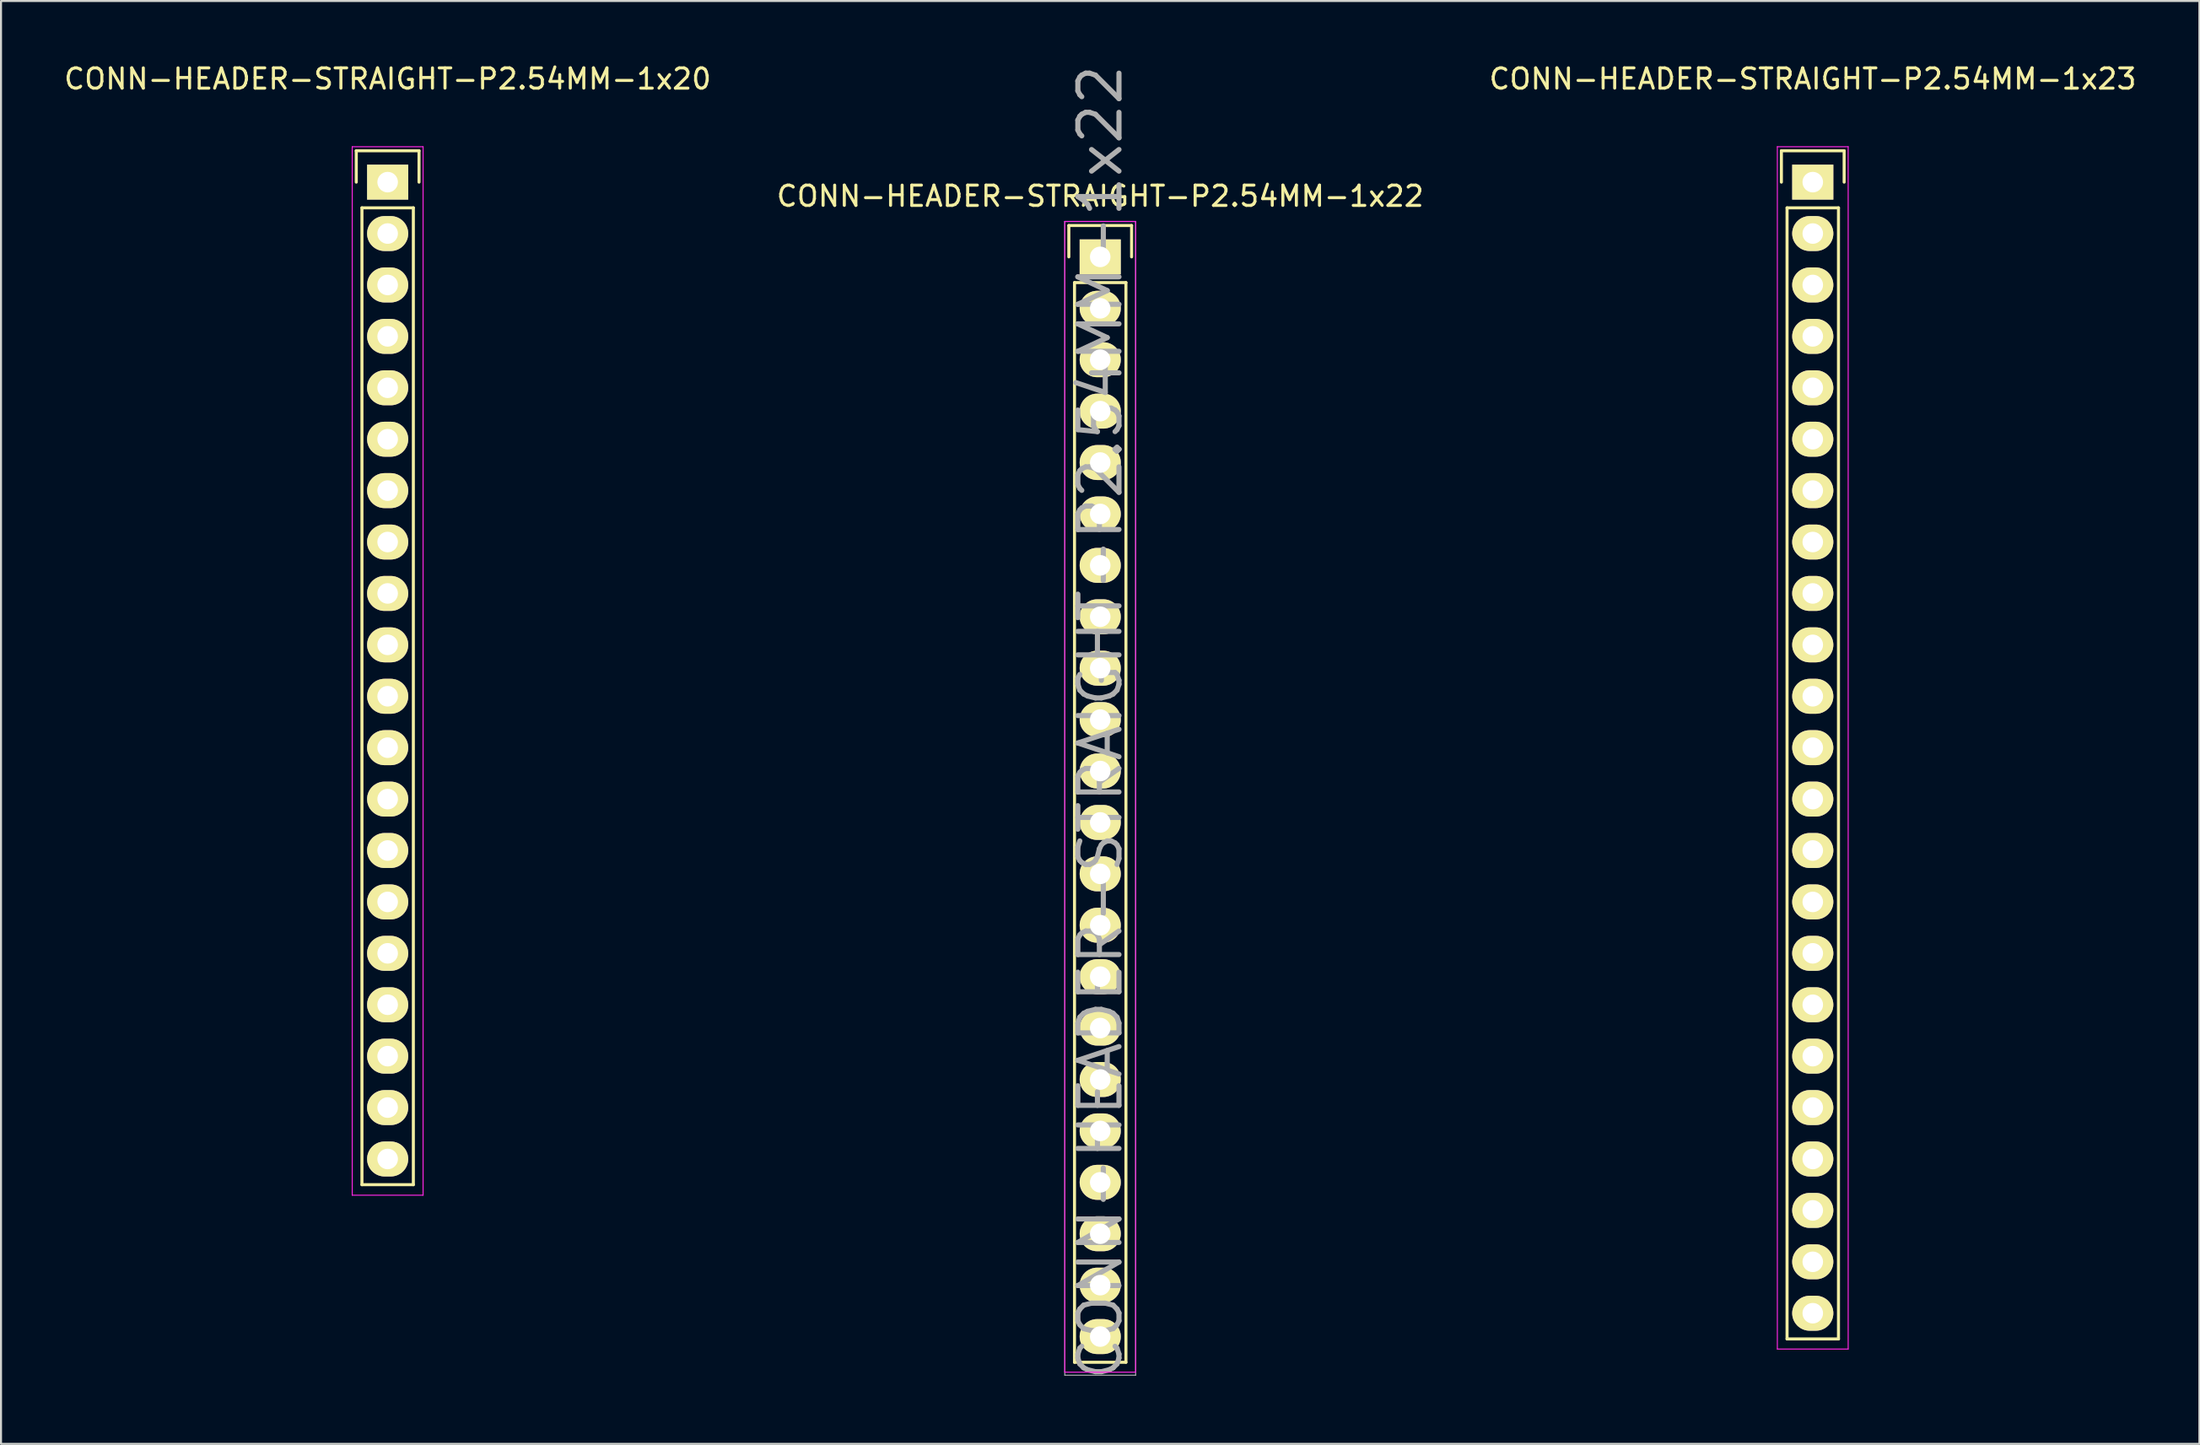
<source format=kicad_pcb>
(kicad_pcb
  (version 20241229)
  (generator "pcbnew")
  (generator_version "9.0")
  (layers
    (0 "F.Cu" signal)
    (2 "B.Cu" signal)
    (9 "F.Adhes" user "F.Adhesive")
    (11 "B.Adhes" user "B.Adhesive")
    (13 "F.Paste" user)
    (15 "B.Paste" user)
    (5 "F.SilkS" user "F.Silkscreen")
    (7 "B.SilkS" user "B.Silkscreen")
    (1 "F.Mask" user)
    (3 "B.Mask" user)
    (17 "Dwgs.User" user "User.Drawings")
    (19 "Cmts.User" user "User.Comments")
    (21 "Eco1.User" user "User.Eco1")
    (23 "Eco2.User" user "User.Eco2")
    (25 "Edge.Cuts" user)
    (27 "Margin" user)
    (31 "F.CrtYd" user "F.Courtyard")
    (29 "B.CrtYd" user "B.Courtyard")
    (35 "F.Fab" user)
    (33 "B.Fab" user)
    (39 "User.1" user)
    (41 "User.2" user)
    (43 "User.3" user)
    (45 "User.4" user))
  (footprint "CONN-HEADER-STRAIGHT-P2.54MM-1x23"
    (layer "F.Cu")
    (at 86.506 5.948)
    (property "Reference" "CONN-HEADER-STRAIGHT-P2.54MM-1x23" (at 0 -5.1 0) (layer "F.SilkS") (effects (font (size 1 1) (thickness 0.15))))
    (attr through_hole)
    (fp_line (start -1.55 -1.55) (end 1.55 -1.55) (stroke (width 0.15) (type solid)) (layer "F.SilkS"))
    (fp_line (start -1.55 0) (end -1.55 -1.55) (stroke (width 0.15) (type solid)) (layer "F.SilkS"))
    (fp_line (start -1.27 1.27) (end -1.27 57.15) (stroke (width 0.15) (type solid)) (layer "F.SilkS"))
    (fp_line (start -1.27 57.15) (end 1.27 57.15) (stroke (width 0.15) (type solid)) (layer "F.SilkS"))
    (fp_line (start 1.27 1.27) (end -1.27 1.27) (stroke (width 0.15) (type solid)) (layer "F.SilkS"))
    (fp_line (start 1.27 57.15) (end 1.27 1.27) (stroke (width 0.15) (type solid)) (layer "F.SilkS"))
    (fp_line (start 1.55 -1.55) (end 1.55 0) (stroke (width 0.15) (type solid)) (layer "F.SilkS"))
    (fp_line (start -1.75 -1.75) (end -1.75 57.65) (stroke (width 0.05) (type solid)) (layer "F.CrtYd"))
    (fp_line (start -1.75 -1.75) (end 1.75 -1.75) (stroke (width 0.05) (type solid)) (layer "F.CrtYd"))
    (fp_line (start -1.75 57.65) (end 1.75 57.65) (stroke (width 0.05) (type solid)) (layer "F.CrtYd"))
    (fp_line (start 1.75 -1.75) (end 1.75 57.65) (stroke (width 0.05) (type solid)) (layer "F.CrtYd"))
    (pad "1" thru_hole rect (at 0 0) (size 2.032 1.727) (drill 1.016) (layers "*.Cu" "*.Mask" "F.SilkS"))
    (pad "2" thru_hole oval (at 0 2.54) (size 2.032 1.727) (drill 1.016) (layers "*.Cu" "*.Mask" "F.SilkS"))
    (pad "3" thru_hole oval (at 0 5.08) (size 2.032 1.727) (drill 1.016) (layers "*.Cu" "*.Mask" "F.SilkS"))
    (pad "4" thru_hole oval (at 0 7.62) (size 2.032 1.727) (drill 1.016) (layers "*.Cu" "*.Mask" "F.SilkS"))
    (pad "5" thru_hole oval (at 0 10.16) (size 2.032 1.727) (drill 1.016) (layers "*.Cu" "*.Mask" "F.SilkS"))
    (pad "6" thru_hole oval (at 0 12.7) (size 2.032 1.727) (drill 1.016) (layers "*.Cu" "*.Mask" "F.SilkS"))
    (pad "7" thru_hole oval (at 0 15.24) (size 2.032 1.727) (drill 1.016) (layers "*.Cu" "*.Mask" "F.SilkS"))
    (pad "8" thru_hole oval (at 0 17.78) (size 2.032 1.727) (drill 1.016) (layers "*.Cu" "*.Mask" "F.SilkS"))
    (pad "9" thru_hole oval (at 0 20.32) (size 2.032 1.727) (drill 1.016) (layers "*.Cu" "*.Mask" "F.SilkS"))
    (pad "10" thru_hole oval (at 0 22.86) (size 2.032 1.727) (drill 1.016) (layers "*.Cu" "*.Mask" "F.SilkS"))
    (pad "11" thru_hole oval (at 0 25.4) (size 2.032 1.727) (drill 1.016) (layers "*.Cu" "*.Mask" "F.SilkS"))
    (pad "12" thru_hole oval (at 0 27.94) (size 2.032 1.727) (drill 1.016) (layers "*.Cu" "*.Mask" "F.SilkS"))
    (pad "13" thru_hole oval (at 0 30.48) (size 2.032 1.727) (drill 1.016) (layers "*.Cu" "*.Mask" "F.SilkS"))
    (pad "14" thru_hole oval (at 0 33.02) (size 2.032 1.727) (drill 1.016) (layers "*.Cu" "*.Mask" "F.SilkS"))
    (pad "15" thru_hole oval (at 0 35.56) (size 2.032 1.727) (drill 1.016) (layers "*.Cu" "*.Mask" "F.SilkS"))
    (pad "16" thru_hole oval (at 0 38.1) (size 2.032 1.727) (drill 1.016) (layers "*.Cu" "*.Mask" "F.SilkS"))
    (pad "17" thru_hole oval (at 0 40.64) (size 2.032 1.727) (drill 1.016) (layers "*.Cu" "*.Mask" "F.SilkS"))
    (pad "18" thru_hole oval (at 0 43.18) (size 2.032 1.727) (drill 1.016) (layers "*.Cu" "*.Mask" "F.SilkS"))
    (pad "19" thru_hole oval (at 0 45.72) (size 2.032 1.727) (drill 1.016) (layers "*.Cu" "*.Mask" "F.SilkS"))
    (pad "20" thru_hole oval (at 0 48.26) (size 2.032 1.727) (drill 1.016) (layers "*.Cu" "*.Mask" "F.SilkS"))
    (pad "21" thru_hole oval (at 0 50.8) (size 2.032 1.727) (drill 1.016) (layers "*.Cu" "*.Mask" "F.SilkS"))
    (pad "22" thru_hole oval (at 0 53.34) (size 2.032 1.727) (drill 1.016) (layers "*.Cu" "*.Mask" "F.SilkS"))
    (pad "23" thru_hole oval (at 0 55.88) (size 2.032 1.727) (drill 1.016) (layers "*.Cu" "*.Mask" "F.SilkS")))
  (footprint "CONN-HEADER-STRAIGHT-P2.54MM-1x20"
    (layer "F.Cu")
    (at 16.101 5.948)
    (property "Reference" "CONN-HEADER-STRAIGHT-P2.54MM-1x20" (at 0 -5.1 0) (layer "F.SilkS") (effects (font (size 1 1) (thickness 0.15))))
    (attr through_hole)
    (fp_line (start -1.55 -1.55) (end 1.55 -1.55) (stroke (width 0.15) (type solid)) (layer "F.SilkS"))
    (fp_line (start -1.55 0) (end -1.55 -1.55) (stroke (width 0.15) (type solid)) (layer "F.SilkS"))
    (fp_line (start -1.27 49.53) (end -1.27 1.27) (stroke (width 0.15) (type solid)) (layer "F.SilkS"))
    (fp_line (start 1.27 1.27) (end -1.27 1.27) (stroke (width 0.15) (type solid)) (layer "F.SilkS"))
    (fp_line (start 1.27 1.27) (end 1.27 49.53) (stroke (width 0.15) (type solid)) (layer "F.SilkS"))
    (fp_line (start 1.27 49.53) (end -1.27 49.53) (stroke (width 0.15) (type solid)) (layer "F.SilkS"))
    (fp_line (start 1.55 -1.55) (end 1.55 0) (stroke (width 0.15) (type solid)) (layer "F.SilkS"))
    (fp_line (start -1.75 -1.75) (end -1.75 50.05) (stroke (width 0.05) (type solid)) (layer "F.CrtYd"))
    (fp_line (start -1.75 -1.75) (end 1.75 -1.75) (stroke (width 0.05) (type solid)) (layer "F.CrtYd"))
    (fp_line (start -1.75 50.05) (end 1.75 50.05) (stroke (width 0.05) (type solid)) (layer "F.CrtYd"))
    (fp_line (start 1.75 -1.75) (end 1.75 50.05) (stroke (width 0.05) (type solid)) (layer "F.CrtYd"))
    (pad "1" thru_hole rect (at 0 0) (size 2.032 1.727) (drill 1.016) (layers "*.Cu" "*.Mask" "F.SilkS"))
    (pad "2" thru_hole oval (at 0 2.54) (size 2.032 1.727) (drill 1.016) (layers "*.Cu" "*.Mask" "F.SilkS"))
    (pad "3" thru_hole oval (at 0 5.08) (size 2.032 1.727) (drill 1.016) (layers "*.Cu" "*.Mask" "F.SilkS"))
    (pad "4" thru_hole oval (at 0 7.62) (size 2.032 1.727) (drill 1.016) (layers "*.Cu" "*.Mask" "F.SilkS"))
    (pad "5" thru_hole oval (at 0 10.16) (size 2.032 1.727) (drill 1.016) (layers "*.Cu" "*.Mask" "F.SilkS"))
    (pad "6" thru_hole oval (at 0 12.7) (size 2.032 1.727) (drill 1.016) (layers "*.Cu" "*.Mask" "F.SilkS"))
    (pad "7" thru_hole oval (at 0 15.24) (size 2.032 1.727) (drill 1.016) (layers "*.Cu" "*.Mask" "F.SilkS"))
    (pad "8" thru_hole oval (at 0 17.78) (size 2.032 1.727) (drill 1.016) (layers "*.Cu" "*.Mask" "F.SilkS"))
    (pad "9" thru_hole oval (at 0 20.32) (size 2.032 1.727) (drill 1.016) (layers "*.Cu" "*.Mask" "F.SilkS"))
    (pad "10" thru_hole oval (at 0 22.86) (size 2.032 1.727) (drill 1.016) (layers "*.Cu" "*.Mask" "F.SilkS"))
    (pad "11" thru_hole oval (at 0 25.4) (size 2.032 1.727) (drill 1.016) (layers "*.Cu" "*.Mask" "F.SilkS"))
    (pad "12" thru_hole oval (at 0 27.94) (size 2.032 1.727) (drill 1.016) (layers "*.Cu" "*.Mask" "F.SilkS"))
    (pad "13" thru_hole oval (at 0 30.48) (size 2.032 1.727) (drill 1.016) (layers "*.Cu" "*.Mask" "F.SilkS"))
    (pad "14" thru_hole oval (at 0 33.02) (size 2.032 1.727) (drill 1.016) (layers "*.Cu" "*.Mask" "F.SilkS"))
    (pad "15" thru_hole oval (at 0 35.56) (size 2.032 1.727) (drill 1.016) (layers "*.Cu" "*.Mask" "F.SilkS"))
    (pad "16" thru_hole oval (at 0 38.1) (size 2.032 1.727) (drill 1.016) (layers "*.Cu" "*.Mask" "F.SilkS"))
    (pad "17" thru_hole oval (at 0 40.64) (size 2.032 1.727) (drill 1.016) (layers "*.Cu" "*.Mask" "F.SilkS"))
    (pad "18" thru_hole oval (at 0 43.18) (size 2.032 1.727) (drill 1.016) (layers "*.Cu" "*.Mask" "F.SilkS"))
    (pad "19" thru_hole oval (at 0 45.72) (size 2.032 1.727) (drill 1.016) (layers "*.Cu" "*.Mask" "F.SilkS"))
    (pad "20" thru_hole oval (at 0 48.26) (size 2.032 1.727) (drill 1.016) (layers "*.Cu" "*.Mask" "F.SilkS")))
  (footprint "CONN-HEADER-STRAIGHT-P2.54MM-1x22"
    (layer "F.Cu")
    (at 51.304 9.641)
    (property "Reference" "CONN-HEADER-STRAIGHT-P2.54MM-1x22" (at 0 23 90) (layer "F.Fab") (effects (font (size 2.032 2.032) (thickness 0.254))))
    (attr through_hole)
    (fp_line (start -1.55 -1.55) (end 1.55 -1.55) (stroke (width 0.15) (type solid)) (layer "F.SilkS"))
    (fp_line (start -1.55 0) (end -1.55 -1.55) (stroke (width 0.15) (type solid)) (layer "F.SilkS"))
    (fp_line (start -1.27 1.27) (end -1.27 54.61) (stroke (width 0.15) (type solid)) (layer "F.SilkS"))
    (fp_line (start -1.27 54.61) (end 1.27 54.61) (stroke (width 0.15) (type solid)) (layer "F.SilkS"))
    (fp_line (start 1.27 1.27) (end -1.27 1.27) (stroke (width 0.15) (type solid)) (layer "F.SilkS"))
    (fp_line (start 1.27 54.61) (end 1.27 1.27) (stroke (width 0.15) (type solid)) (layer "F.SilkS"))
    (fp_line (start 1.55 -1.55) (end 1.55 0) (stroke (width 0.15) (type solid)) (layer "F.SilkS"))
    (fp_line (start -1.75 -1.75) (end -1.75 55.1) (stroke (width 0.05) (type solid)) (layer "F.CrtYd"))
    (fp_line (start -1.75 -1.75) (end 1.75 -1.75) (stroke (width 0.05) (type solid)) (layer "F.CrtYd"))
    (fp_line (start -1.75 55.1) (end 1.75 55.1) (stroke (width 0.05) (type solid)) (layer "F.CrtYd"))
    (fp_line (start 1.75 -1.75) (end 1.75 55.1) (stroke (width 0.05) (type solid)) (layer "F.CrtYd"))
    (fp_line (start -1.75 -1.75) (end -1.75 55.25) (stroke (width 0.051) (type solid)) (layer "F.Fab"))
    (fp_line (start -1.75 -1.75) (end 1.75 -1.75) (stroke (width 0.051) (type solid)) (layer "F.Fab"))
    (fp_line (start -1.75 55.25) (end 1.75 55.25) (stroke (width 0.051) (type solid)) (layer "F.Fab"))
    (fp_line (start 1.75 55.25) (end 1.75 -1.75) (stroke (width 0.051) (type solid)) (layer "F.Fab"))
    (fp_text user "${REFERENCE}" (at 0 -3 0) (layer "F.SilkS") (effects (font (size 1 1) (thickness 0.15))))
    (pad "1" thru_hole rect (at 0 0) (size 2.032 1.727) (drill 1.016) (layers "*.Cu" "*.Mask" "F.SilkS"))
    (pad "2" thru_hole oval (at 0 2.54) (size 2.032 1.727) (drill 1.016) (layers "*.Cu" "*.Mask" "F.SilkS"))
    (pad "3" thru_hole oval (at 0 5.08) (size 2.032 1.727) (drill 1.016) (layers "*.Cu" "*.Mask" "F.SilkS"))
    (pad "4" thru_hole oval (at 0 7.62) (size 2.032 1.727) (drill 1.016) (layers "*.Cu" "*.Mask" "F.SilkS"))
    (pad "5" thru_hole oval (at 0 10.16) (size 2.032 1.727) (drill 1.016) (layers "*.Cu" "*.Mask" "F.SilkS"))
    (pad "6" thru_hole oval (at 0 12.7) (size 2.032 1.727) (drill 1.016) (layers "*.Cu" "*.Mask" "F.SilkS"))
    (pad "7" thru_hole oval (at 0 15.24) (size 2.032 1.727) (drill 1.016) (layers "*.Cu" "*.Mask" "F.SilkS"))
    (pad "8" thru_hole oval (at 0 17.78) (size 2.032 1.727) (drill 1.016) (layers "*.Cu" "*.Mask" "F.SilkS"))
    (pad "9" thru_hole oval (at 0 20.32) (size 2.032 1.727) (drill 1.016) (layers "*.Cu" "*.Mask" "F.SilkS"))
    (pad "10" thru_hole oval (at 0 22.86) (size 2.032 1.727) (drill 1.016) (layers "*.Cu" "*.Mask" "F.SilkS"))
    (pad "11" thru_hole oval (at 0 25.4) (size 2.032 1.727) (drill 1.016) (layers "*.Cu" "*.Mask" "F.SilkS"))
    (pad "12" thru_hole oval (at 0 27.94) (size 2.032 1.727) (drill 1.016) (layers "*.Cu" "*.Mask" "F.SilkS"))
    (pad "13" thru_hole oval (at 0 30.48) (size 2.032 1.727) (drill 1.016) (layers "*.Cu" "*.Mask" "F.SilkS"))
    (pad "14" thru_hole oval (at 0 33.02) (size 2.032 1.727) (drill 1.016) (layers "*.Cu" "*.Mask" "F.SilkS"))
    (pad "15" thru_hole oval (at 0 35.56) (size 2.032 1.727) (drill 1.016) (layers "*.Cu" "*.Mask" "F.SilkS"))
    (pad "16" thru_hole oval (at 0 38.1) (size 2.032 1.727) (drill 1.016) (layers "*.Cu" "*.Mask" "F.SilkS"))
    (pad "17" thru_hole oval (at 0 40.64) (size 2.032 1.727) (drill 1.016) (layers "*.Cu" "*.Mask" "F.SilkS"))
    (pad "18" thru_hole oval (at 0 43.18) (size 2.032 1.727) (drill 1.016) (layers "*.Cu" "*.Mask" "F.SilkS"))
    (pad "19" thru_hole oval (at 0 45.72) (size 2.032 1.727) (drill 1.016) (layers "*.Cu" "*.Mask" "F.SilkS"))
    (pad "20" thru_hole oval (at 0 48.26) (size 2.032 1.727) (drill 1.016) (layers "*.Cu" "*.Mask" "F.SilkS"))
    (pad "21" thru_hole oval (at 0 50.8) (size 2.032 1.727) (drill 1.016) (layers "*.Cu" "*.Mask" "F.SilkS"))
    (pad "22" thru_hole oval (at 0 53.34) (size 2.032 1.727) (drill 1.016) (layers "*.Cu" "*.Mask" "F.SilkS")))
  (gr_rect
    (start -3 -3)
    (end 105.607 68.283)
    (stroke (width 0.1) (type default))
    (fill no)
    (layer "Edge.Cuts")))
</source>
